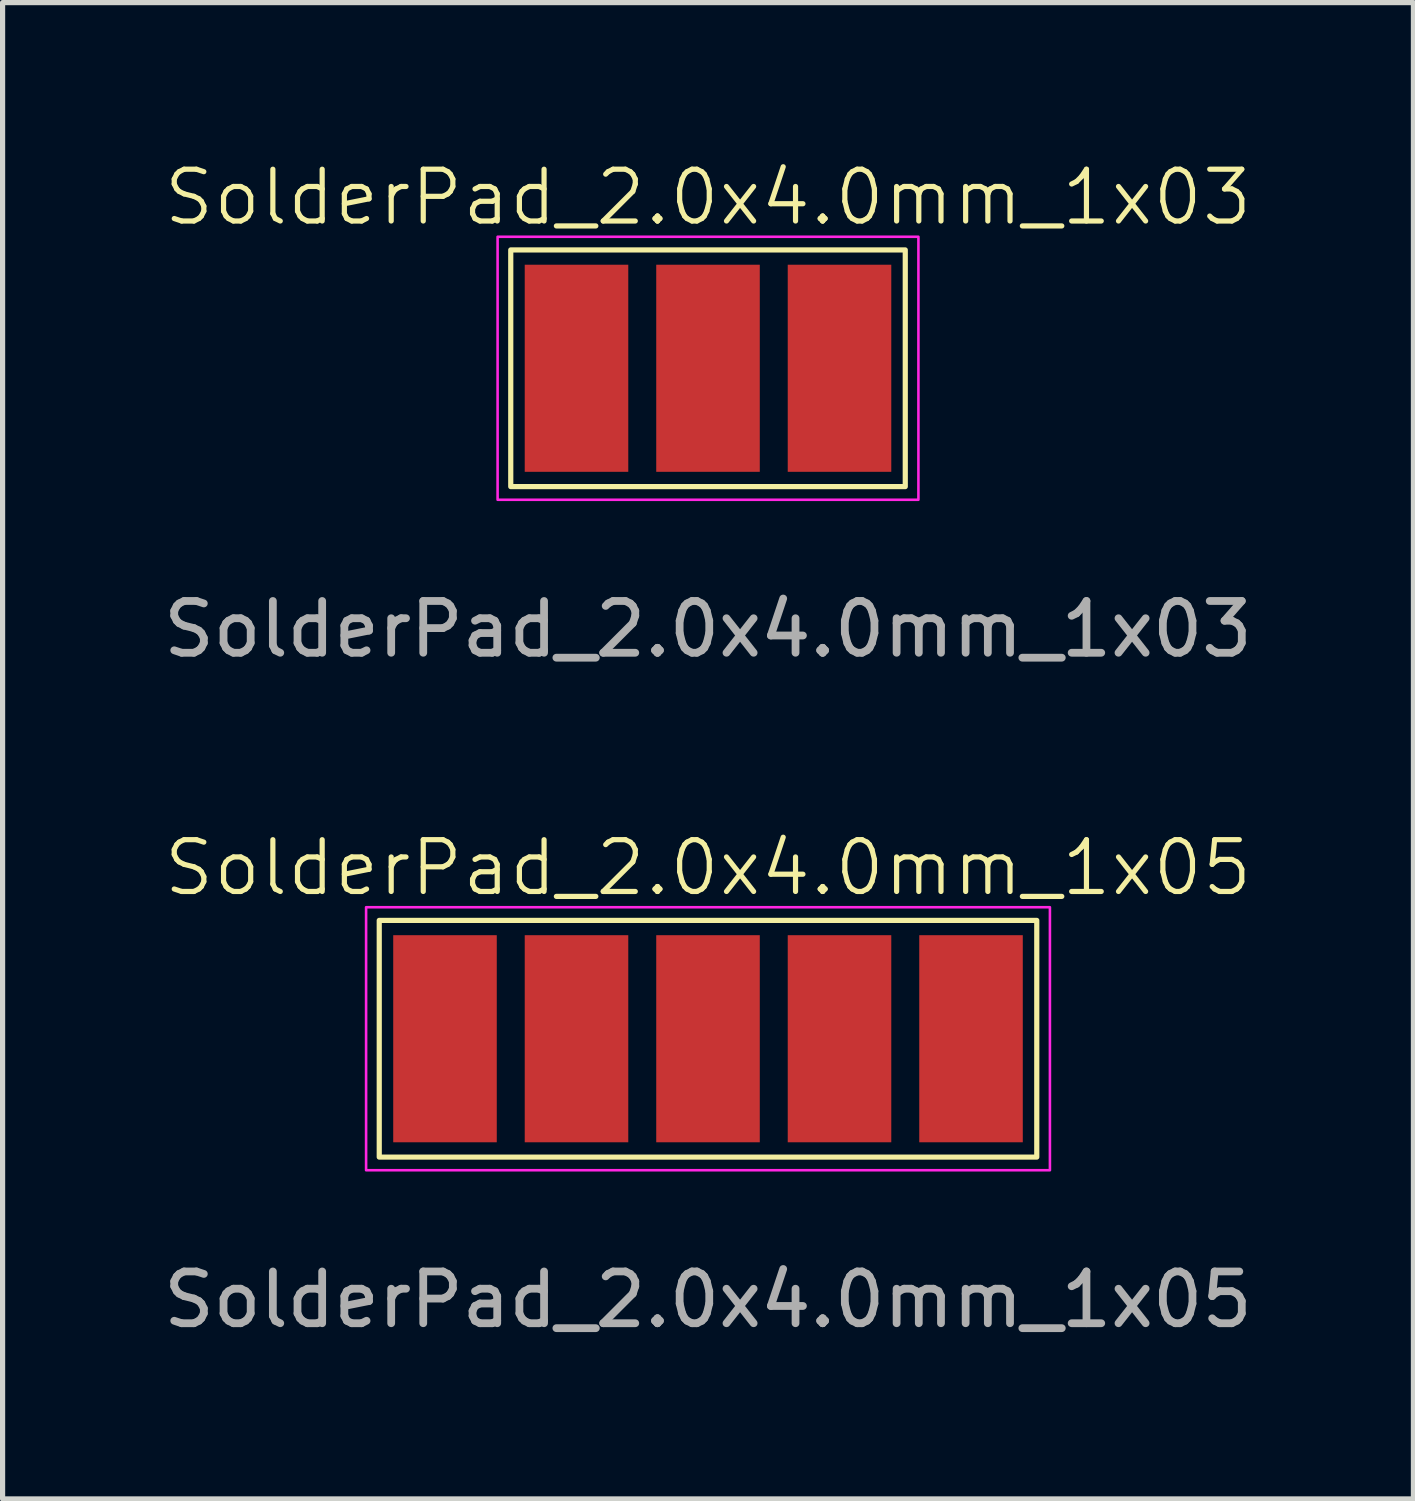
<source format=kicad_pcb>
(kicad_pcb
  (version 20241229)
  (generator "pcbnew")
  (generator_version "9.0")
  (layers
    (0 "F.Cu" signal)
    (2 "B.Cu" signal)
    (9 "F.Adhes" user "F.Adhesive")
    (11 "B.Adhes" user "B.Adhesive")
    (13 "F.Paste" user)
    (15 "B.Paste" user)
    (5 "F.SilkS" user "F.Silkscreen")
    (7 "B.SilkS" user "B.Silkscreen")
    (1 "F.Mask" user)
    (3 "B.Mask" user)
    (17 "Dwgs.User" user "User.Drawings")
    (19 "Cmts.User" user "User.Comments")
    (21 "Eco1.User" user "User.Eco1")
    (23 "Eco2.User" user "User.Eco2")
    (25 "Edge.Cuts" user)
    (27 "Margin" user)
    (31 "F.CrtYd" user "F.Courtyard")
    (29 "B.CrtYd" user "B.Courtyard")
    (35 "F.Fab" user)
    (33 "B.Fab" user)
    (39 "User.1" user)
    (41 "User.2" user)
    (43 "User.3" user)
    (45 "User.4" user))
  (footprint "SolderPad_2.0x4.0mm_1x03"
    (layer "F.Cu")
    (at 10.625 6.603)
    (property "Reference" "SolderPad_2.0x4.0mm_1x03" (at 0 -5.842 0) (unlocked yes) (layer "F.SilkS") (effects (font (size 1 1) (thickness 0.1))))
    (attr smd)
    (fp_rect (start -3.81 -4.826) (end 3.81 -0.254) (stroke (width 0.1) (type default)) (fill no) (layer "F.SilkS"))
    (fp_rect (start -4.064 -5.08) (end 4.064 0) (stroke (width 0.05) (type default)) (fill no) (layer "F.CrtYd"))
    (fp_text user "${REFERENCE}" (at 0 2.5 0) (unlocked yes) (layer "F.Fab") (effects (font (size 1 1) (thickness 0.15))))
    (pad "1" smd rect (at -2.54 -2.54) (size 2 4) (layers "F.Cu" "F.Mask" "F.Paste"))
    (pad "2" smd rect (at 0 -2.54) (size 2 4) (layers "F.Cu" "F.Mask" "F.Paste"))
    (pad "3" smd rect (at 2.54 -2.54) (size 2 4) (layers "F.Cu" "F.Mask" "F.Paste")))
  (footprint "SolderPad_2.0x4.0mm_1x05"
    (layer "F.Cu")
    (at 10.625 19.553)
    (property "Reference" "SolderPad_2.0x4.0mm_1x05" (at 0 -5.842 0) (unlocked yes) (layer "F.SilkS") (effects (font (size 1 1) (thickness 0.1))))
    (attr smd)
    (fp_rect (start -6.35 -4.826) (end 6.35 -0.254) (stroke (width 0.1) (type default)) (fill no) (layer "F.SilkS"))
    (fp_rect (start -6.604 -5.08) (end 6.604 0) (stroke (width 0.05) (type default)) (fill no) (layer "F.CrtYd"))
    (fp_text user "${REFERENCE}" (at 0 2.5 0) (unlocked yes) (layer "F.Fab") (effects (font (size 1 1) (thickness 0.15))))
    (pad "1" smd rect (at -5.08 -2.54) (size 2 4) (layers "F.Cu" "F.Mask" "F.Paste"))
    (pad "2" smd rect (at -2.54 -2.54) (size 2 4) (layers "F.Cu" "F.Mask" "F.Paste"))
    (pad "3" smd rect (at 0 -2.54) (size 2 4) (layers "F.Cu" "F.Mask" "F.Paste"))
    (pad "4" smd rect (at 2.54 -2.54) (size 2 4) (layers "F.Cu" "F.Mask" "F.Paste"))
    (pad "5" smd rect (at 5.08 -2.54) (size 2 4) (layers "F.Cu" "F.Mask" "F.Paste")))
  (gr_rect
    (start -3 -3)
    (end 24.25 25.901)
    (stroke (width 0.1) (type default))
    (fill no)
    (layer "Edge.Cuts")))
</source>
